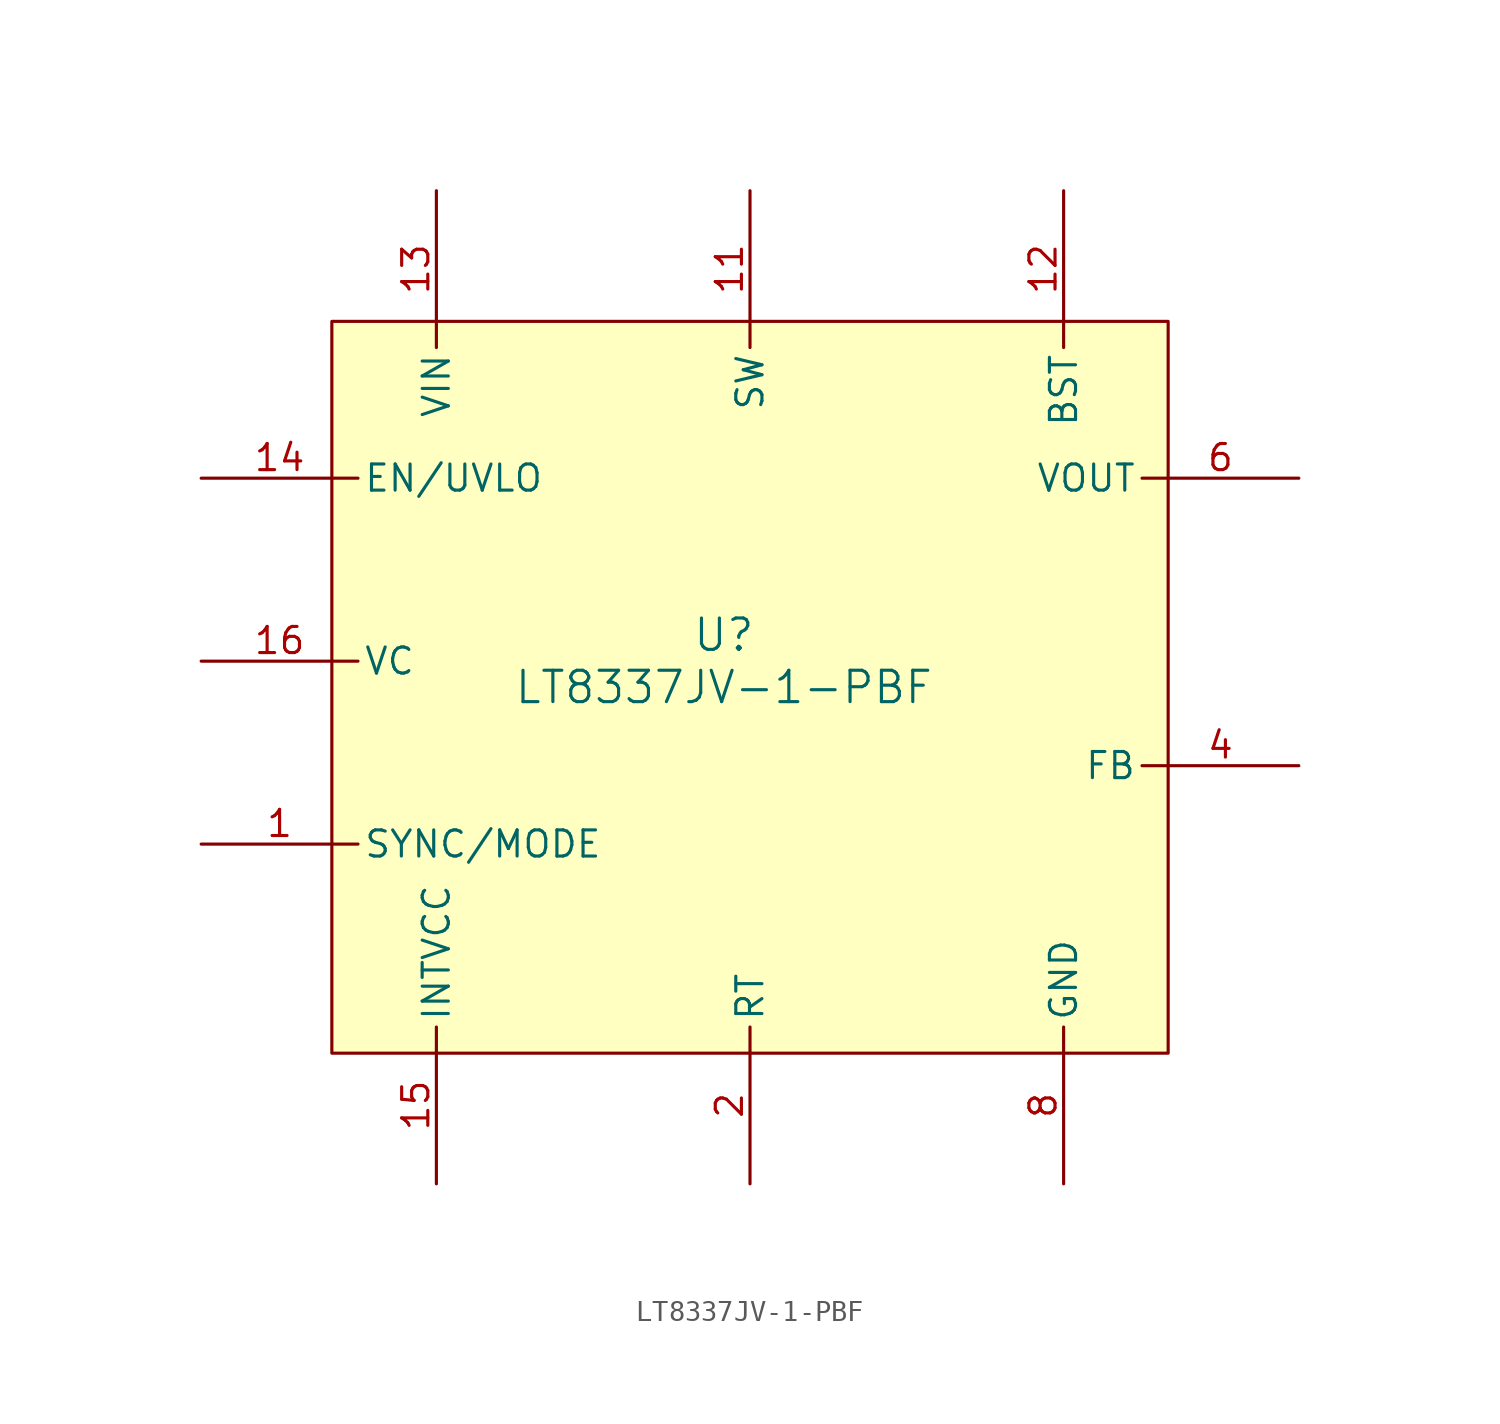
<source format=kicad_sym>
(kicad_symbol_lib
  (version 20220914)
  (generator kicad_symbol_editor)
  (symbol "LT8337JV-1-PBF"
    (pin_names
      (offset 0.254))
    (property "Reference" "U"
      (at 26.67 -10.16 0)
      (effects (font (size 1.524 1.524))))
    (property "Value" "LT8337JV-1-PBF"
      (at 26.67 -12.7 0)
      (effects (font (size 1.524 1.524))))
    (property "ki_locked" ""
      (at 0 0 0)
      (effects (font (size 1.27 1.27))))
    (symbol "LT8337JV-1-PBF_1_0"
      (pin no_connect line (at 34.29 -17.78 90) (length 2.54) hide (name "" (effects (font (size 1.016 1.016)))) (number "18" (effects (font (size 1.016 1.016)))))
      (pin no_connect line (at 31.75 -17.78 90) (length 2.54) hide (name "" (effects (font (size 1.016 1.016)))) (number "19" (effects (font (size 1.016 1.016)))))
      (pin no_connect line (at 29.21 -17.78 90) (length 2.54) hide (name "" (effects (font (size 1.016 1.016)))) (number "20" (effects (font (size 1.016 1.016)))))
      (pin no_connect line (at 26.67 -17.78 90) (length 2.54) hide (name "" (effects (font (size 1.016 1.016)))) (number "21" (effects (font (size 1.016 1.016))))))
    (symbol "LT8337JV-1-PBF_1_1"
      (rectangle (start 7.62 5.08) (end 48.26 -30.48) (stroke (width 0) (type default)) (fill (type background)))
      (pin passive line (at 1.27 -20.32 0) (length 7.62) (name "SYNC/MODE" (effects (font (size 1.27 1.27)))) (number "1" (effects (font (size 1.27 1.27)))))
      (pin passive line (at 27.94 11.43 270) (length 7.62) hide (name "SW" (effects (font (size 1.27 1.27)))) (number "10" (effects (font (size 1.27 1.27)))))
      (pin passive line (at 27.94 11.43 270) (length 7.62) (name "SW" (effects (font (size 1.27 1.27)))) (number "11" (effects (font (size 1.27 1.27)))))
      (pin passive line (at 43.18 11.43 270) (length 7.62) (name "BST" (effects (font (size 1.27 1.27)))) (number "12" (effects (font (size 1.27 1.27)))))
      (pin passive line (at 12.7 11.43 270) (length 7.62) (name "VIN" (effects (font (size 1.27 1.27)))) (number "13" (effects (font (size 1.27 1.27)))))
      (pin passive line (at 1.27 -2.54 0) (length 7.62) (name "EN/UVLO" (effects (font (size 1.27 1.27)))) (number "14" (effects (font (size 1.27 1.27)))))
      (pin passive line (at 12.7 -36.83 90) (length 7.62) (name "INTVCC" (effects (font (size 1.27 1.27)))) (number "15" (effects (font (size 1.27 1.27)))))
      (pin passive line (at 1.27 -11.43 0) (length 7.62) (name "VC" (effects (font (size 1.27 1.27)))) (number "16" (effects (font (size 1.27 1.27)))))
      (pin passive line (at 43.18 -36.83 90) (length 7.62) hide (name "GND" (effects (font (size 1.27 1.27)))) (number "17" (effects (font (size 1.27 1.27)))))
      (pin passive line (at 27.94 -36.83 90) (length 7.62) (name "RT" (effects (font (size 1.27 1.27)))) (number "2" (effects (font (size 1.27 1.27)))))
      (pin passive line (at 43.18 -36.83 90) (length 7.62) hide (name "GND" (effects (font (size 1.27 1.27)))) (number "3" (effects (font (size 1.27 1.27)))))
      (pin passive line (at 54.61 -16.51 180) (length 7.62) (name "FB" (effects (font (size 1.27 1.27)))) (number "4" (effects (font (size 1.27 1.27)))))
      (pin passive line (at 43.18 -36.83 90) (length 7.62) hide (name "GND" (effects (font (size 1.27 1.27)))) (number "5" (effects (font (size 1.27 1.27)))))
      (pin passive line (at 54.61 -2.54 180) (length 7.62) (name "VOUT" (effects (font (size 1.27 1.27)))) (number "6" (effects (font (size 1.27 1.27)))))
      (pin passive line (at 54.61 -2.54 180) (length 7.62) hide (name "VOUT" (effects (font (size 1.27 1.27)))) (number "7" (effects (font (size 1.27 1.27)))))
      (pin passive line (at 43.18 -36.83 90) (length 7.62) (name "GND" (effects (font (size 1.27 1.27)))) (number "8" (effects (font (size 1.27 1.27)))))
      (pin passive line (at 27.94 11.43 270) (length 7.62) hide (name "SW" (effects (font (size 1.27 1.27)))) (number "9" (effects (font (size 1.27 1.27))))))))
</source>
